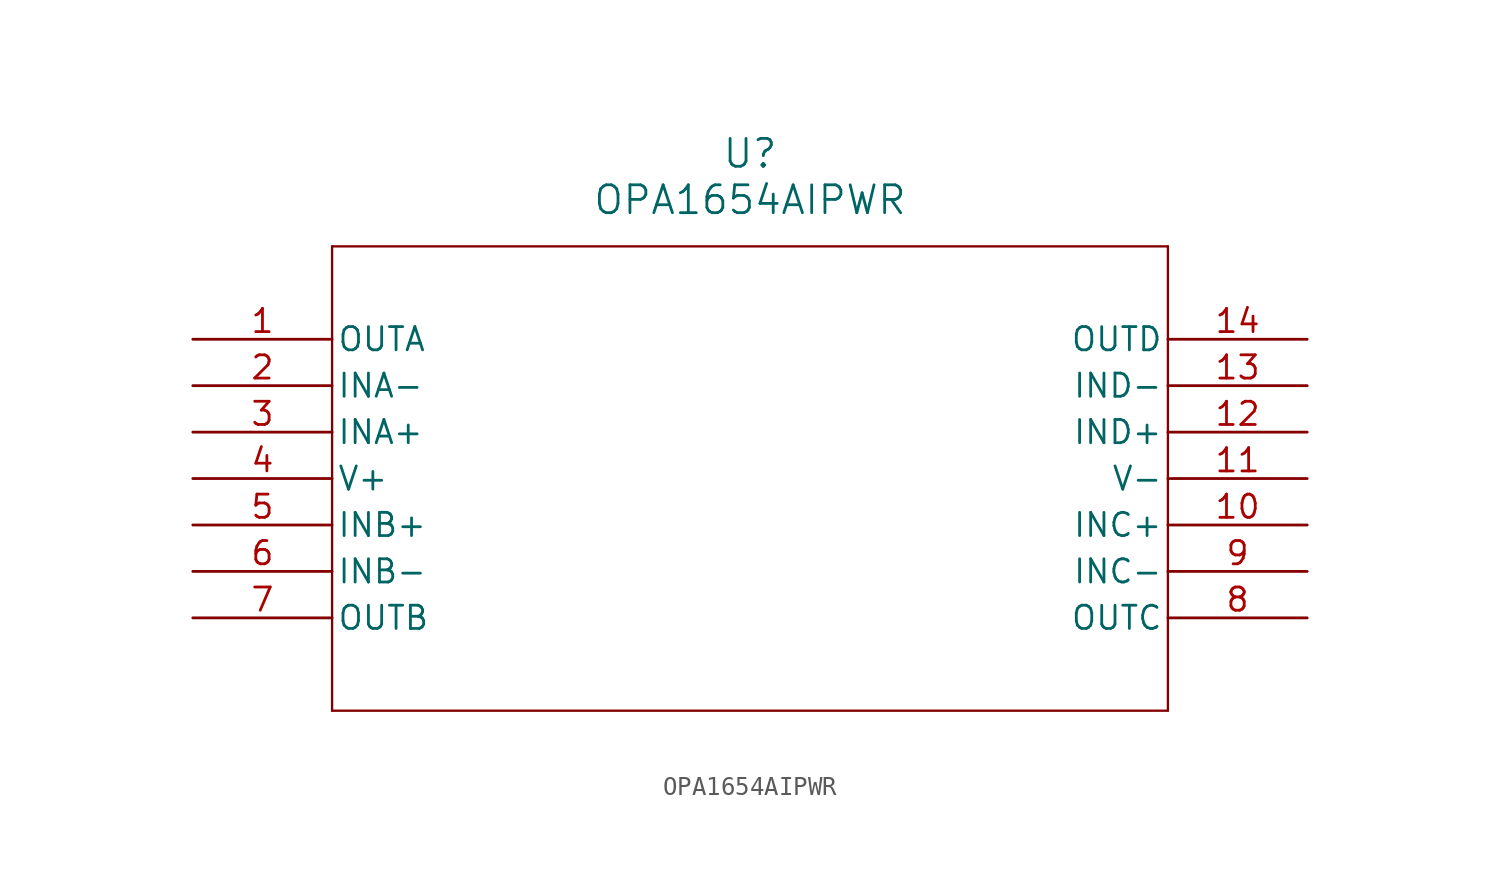
<source format=kicad_sym>
(kicad_symbol_lib
  (version 20211014)
  (generator kicad_symbol_editor)
  (symbol "OPA1654AIPWR"
    (pin_names
      (offset 0.254))
    (property "Reference" "U"
      (at 30.48 10.16 0)
      (effects (font (size 1.524 1.524))))
    (property "Value" "OPA1654AIPWR"
      (at 30.48 7.62 0)
      (effects (font (size 1.524 1.524))))
    (symbol "OPA1654AIPWR_0_1"
      (polyline (pts (xy 7.62 5.08) (xy 7.62 -20.32)) (stroke (width 0.127) (type default) (color 0 0 0 0)) (fill (type none)))
      (polyline (pts (xy 7.62 -20.32) (xy 53.34 -20.32)) (stroke (width 0.127) (type default) (color 0 0 0 0)) (fill (type none)))
      (polyline (pts (xy 53.34 -20.32) (xy 53.34 5.08)) (stroke (width 0.127) (type default) (color 0 0 0 0)) (fill (type none)))
      (polyline (pts (xy 53.34 5.08) (xy 7.62 5.08)) (stroke (width 0.127) (type default) (color 0 0 0 0)) (fill (type none)))
      (pin output line (at 0 0 0) (length 7.62) (name "OUTA" (effects (font (size 1.27 1.27)))) (number "1" (effects (font (size 1.27 1.27)))))
      (pin input line (at 0 -2.54 0) (length 7.62) (name "INA-" (effects (font (size 1.27 1.27)))) (number "2" (effects (font (size 1.27 1.27)))))
      (pin input line (at 0 -5.08 0) (length 7.62) (name "INA+" (effects (font (size 1.27 1.27)))) (number "3" (effects (font (size 1.27 1.27)))))
      (pin power_in line (at 0 -7.62 0) (length 7.62) (name "V+" (effects (font (size 1.27 1.27)))) (number "4" (effects (font (size 1.27 1.27)))))
      (pin input line (at 0 -10.16 0) (length 7.62) (name "INB+" (effects (font (size 1.27 1.27)))) (number "5" (effects (font (size 1.27 1.27)))))
      (pin input line (at 0 -12.7 0) (length 7.62) (name "INB-" (effects (font (size 1.27 1.27)))) (number "6" (effects (font (size 1.27 1.27)))))
      (pin output line (at 0 -15.24 0) (length 7.62) (name "OUTB" (effects (font (size 1.27 1.27)))) (number "7" (effects (font (size 1.27 1.27)))))
      (pin output line (at 60.96 -15.24 180) (length 7.62) (name "OUTC" (effects (font (size 1.27 1.27)))) (number "8" (effects (font (size 1.27 1.27)))))
      (pin input line (at 60.96 -12.7 180) (length 7.62) (name "INC-" (effects (font (size 1.27 1.27)))) (number "9" (effects (font (size 1.27 1.27)))))
      (pin input line (at 60.96 -10.16 180) (length 7.62) (name "INC+" (effects (font (size 1.27 1.27)))) (number "10" (effects (font (size 1.27 1.27)))))
      (pin power_in line (at 60.96 -7.62 180) (length 7.62) (name "V-" (effects (font (size 1.27 1.27)))) (number "11" (effects (font (size 1.27 1.27)))))
      (pin input line (at 60.96 -5.08 180) (length 7.62) (name "IND+" (effects (font (size 1.27 1.27)))) (number "12" (effects (font (size 1.27 1.27)))))
      (pin input line (at 60.96 -2.54 180) (length 7.62) (name "IND-" (effects (font (size 1.27 1.27)))) (number "13" (effects (font (size 1.27 1.27)))))
      (pin output line (at 60.96 0 180) (length 7.62) (name "OUTD" (effects (font (size 1.27 1.27)))) (number "14" (effects (font (size 1.27 1.27))))))))
</source>
